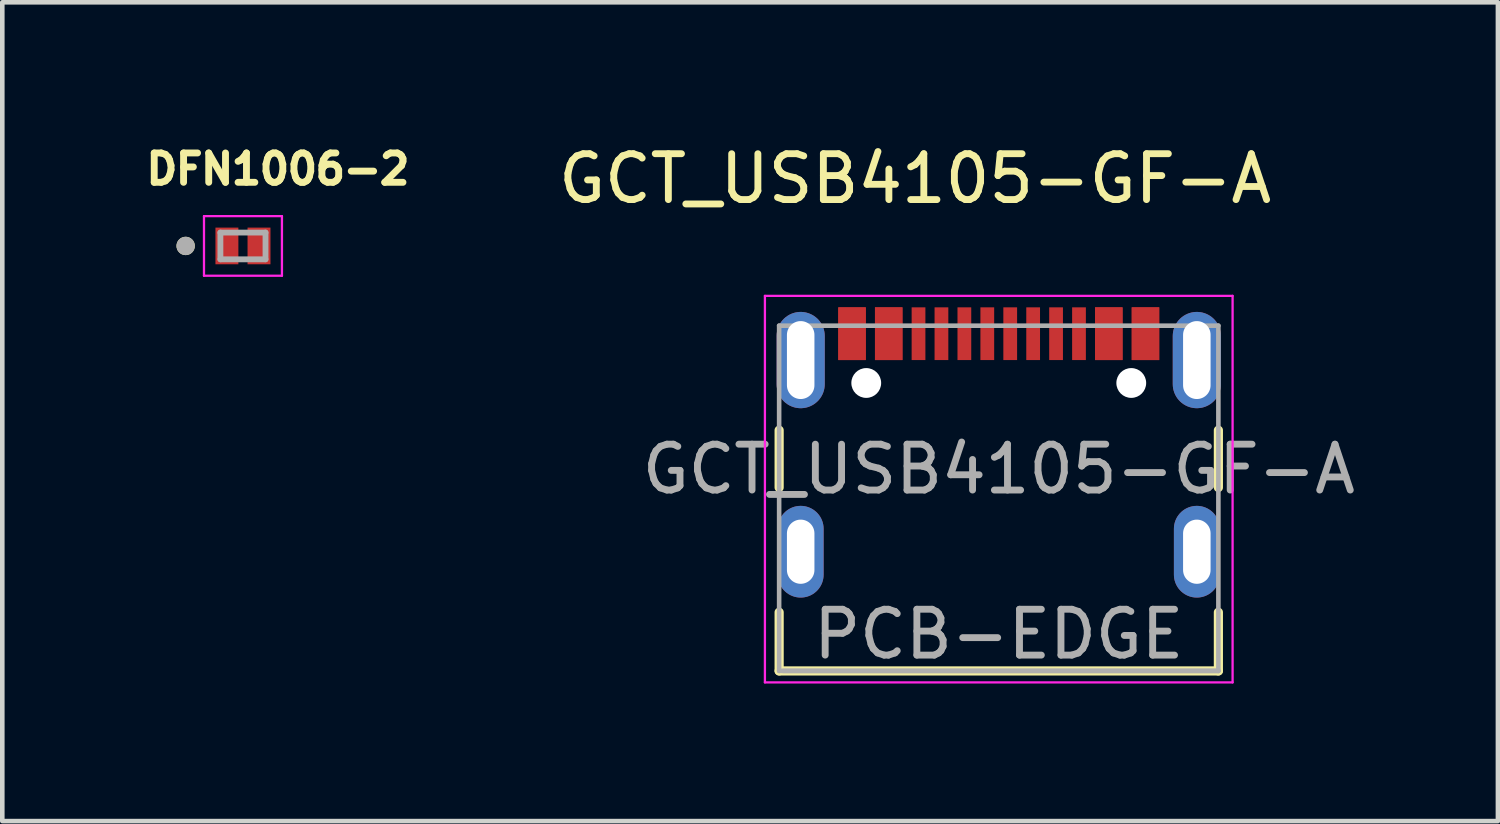
<source format=kicad_pcb>
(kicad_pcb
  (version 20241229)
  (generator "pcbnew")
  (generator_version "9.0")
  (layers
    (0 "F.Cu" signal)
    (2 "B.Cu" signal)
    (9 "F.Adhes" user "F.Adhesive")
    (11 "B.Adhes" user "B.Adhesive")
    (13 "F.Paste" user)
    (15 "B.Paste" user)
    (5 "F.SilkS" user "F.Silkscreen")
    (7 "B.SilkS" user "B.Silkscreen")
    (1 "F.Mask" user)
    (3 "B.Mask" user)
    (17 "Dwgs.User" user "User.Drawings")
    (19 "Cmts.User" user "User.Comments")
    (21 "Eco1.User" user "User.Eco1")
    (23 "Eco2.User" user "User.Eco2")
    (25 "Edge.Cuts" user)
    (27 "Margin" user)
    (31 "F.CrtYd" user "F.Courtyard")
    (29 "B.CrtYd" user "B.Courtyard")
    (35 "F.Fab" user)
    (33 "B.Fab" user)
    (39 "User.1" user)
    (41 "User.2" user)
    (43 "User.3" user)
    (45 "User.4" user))
  (footprint "GCT_USB4105-GF-A"
    (layer "F.Cu")
    (at 18.733 8.983)
    (property "Reference" "GCT_USB4105-GF-A" (at -1.825 -8.135 0) (layer "F.SilkS") (effects (font (size 1 1) (thickness 0.15))))
    (attr smd)
    (fp_line (start -4.79 -2.65) (end -4.79 -1.4) (stroke (width 0.2) (type solid)) (layer "F.SilkS"))
    (fp_line (start -4.79 1.32) (end -4.79 2.6) (stroke (width 0.2) (type solid)) (layer "F.SilkS"))
    (fp_line (start -4.79 2.6) (end 4.79 2.6) (stroke (width 0.2) (type solid)) (layer "F.SilkS"))
    (fp_line (start 4.79 -2.65) (end 4.79 -1.4) (stroke (width 0.2) (type solid)) (layer "F.SilkS"))
    (fp_line (start 4.79 2.6) (end 4.79 1.32) (stroke (width 0.2) (type solid)) (layer "F.SilkS"))
    (fp_line (start -5.1 -5.58) (end -5.1 2.85) (stroke (width 0.05) (type solid)) (layer "F.CrtYd"))
    (fp_line (start -5.1 2.85) (end 5.1 2.85) (stroke (width 0.05) (type solid)) (layer "F.CrtYd"))
    (fp_line (start 5.1 -5.58) (end -5.1 -5.58) (stroke (width 0.05) (type solid)) (layer "F.CrtYd"))
    (fp_line (start 5.1 2.85) (end 5.1 -5.58) (stroke (width 0.05) (type solid)) (layer "F.CrtYd"))
    (fp_line (start -4.79 -4.93) (end 4.79 -4.93) (stroke (width 0.1) (type solid)) (layer "F.Fab"))
    (fp_line (start -4.79 2.6) (end -4.79 -4.93) (stroke (width 0.1) (type solid)) (layer "F.Fab"))
    (fp_line (start -4.7 2.6) (end 4.79 2.6) (stroke (width 0.1) (type solid)) (layer "F.Fab"))
    (fp_line (start 4.79 -4.93) (end 4.79 2.6) (stroke (width 0.1) (type solid)) (layer "F.Fab"))
    (fp_line (start 4.79 2.6) (end -4.79 2.6) (stroke (width 0.1) (type solid)) (layer "F.Fab"))
    (fp_text user "PCB-EDGE" (at 0 1.8 0) (layer "F.Fab") (effects (font (size 1 1) (thickness 0.15))))
    (fp_text user "${REFERENCE}" (at 0 -1.8 0) (layer "F.Fab") (effects (font (size 1 1) (thickness 0.15))))
    (pad "" np_thru_hole circle (at -2.89 -3.68) (size 0.65 0.65) (drill 0.65) (layers "*.Cu" "*.Mask"))
    (pad "" np_thru_hole circle (at 2.89 -3.68) (size 0.65 0.65) (drill 0.65) (layers "*.Cu" "*.Mask"))
    (pad "A1" smd rect (at -3.2 -4.755) (size 0.6 1.15) (layers "F.Cu" "F.Mask" "F.Paste"))
    (pad "A4" smd rect (at -2.4 -4.755) (size 0.6 1.15) (layers "F.Cu" "F.Mask" "F.Paste"))
    (pad "A5" smd rect (at -1.25 -4.755) (size 0.3 1.15) (layers "F.Cu" "F.Mask" "F.Paste"))
    (pad "A6" smd rect (at -0.25 -4.755) (size 0.3 1.15) (layers "F.Cu" "F.Mask" "F.Paste"))
    (pad "A7" smd rect (at 0.25 -4.755) (size 0.3 1.15) (layers "F.Cu" "F.Mask" "F.Paste"))
    (pad "A8" smd rect (at 1.25 -4.755) (size 0.3 1.15) (layers "F.Cu" "F.Mask" "F.Paste"))
    (pad "A9" smd rect (at 2.4 -4.755) (size 0.6 1.15) (layers "F.Cu" "F.Mask" "F.Paste"))
    (pad "A12" smd rect (at 3.2 -4.755) (size 0.6 1.15) (layers "F.Cu" "F.Mask" "F.Paste"))
    (pad "B1" smd rect (at 3.2 -4.755) (size 0.6 1.15) (layers "F.Cu" "F.Mask" "F.Paste"))
    (pad "B4" smd rect (at 2.4 -4.755) (size 0.6 1.15) (layers "F.Cu" "F.Mask" "F.Paste"))
    (pad "B5" smd rect (at 1.75 -4.755) (size 0.3 1.15) (layers "F.Cu" "F.Mask" "F.Paste"))
    (pad "B6" smd rect (at 0.75 -4.755) (size 0.3 1.15) (layers "F.Cu" "F.Mask" "F.Paste"))
    (pad "B7" smd rect (at -0.75 -4.755) (size 0.3 1.15) (layers "F.Cu" "F.Mask" "F.Paste"))
    (pad "B8" smd rect (at -1.75 -4.755) (size 0.3 1.15) (layers "F.Cu" "F.Mask" "F.Paste"))
    (pad "B9" smd rect (at -2.4 -4.755) (size 0.6 1.15) (layers "F.Cu" "F.Mask" "F.Paste"))
    (pad "B12" smd rect (at -3.2 -4.755) (size 0.6 1.15) (layers "F.Cu" "F.Mask" "F.Paste"))
    (pad "S1" thru_hole oval (at -4.32 -4.18) (size 1.05 2.1) (drill oval 0.6 1.7) (layers "*.Cu" "*.Mask"))
    (pad "S1" thru_hole oval (at -4.32 0) (size 1 2) (drill oval 0.6 1.4) (layers "*.Cu" "*.Mask"))
    (pad "S1" thru_hole oval (at 4.32 -4.18) (size 1.05 2.1) (drill oval 0.6 1.7) (layers "*.Cu" "*.Mask"))
    (pad "S1" thru_hole oval (at 4.32 0) (size 1 2) (drill oval 0.6 1.4) (layers "*.Cu" "*.Mask")))
  (footprint "DFN1006-2"
    (layer "F.Cu")
    (at 2.249 2.314)
    (property "Reference" "DFN1006-2" (at 0.762 -1.676 0) (layer "F.SilkS") (effects (font (size 0.64 0.64) (thickness 0.15))))
    (attr smd)
    (fp_poly (pts (xy -0.15 -0.3) (xy -0.15 0.3) (xy -0.15 0.303) (xy -0.15 0.305) (xy -0.151 0.308) (xy -0.151 0.31) (xy -0.152 0.313) (xy -0.152 0.315) (xy -0.153 0.318) (xy -0.154 0.32) (xy -0.155 0.323) (xy -0.157 0.325) (xy -0.158 0.327) (xy -0.16 0.329) (xy -0.161 0.331) (xy -0.163 0.333) (xy -0.165 0.335) (xy -0.167 0.337) (xy -0.169 0.339) (xy -0.171 0.34) (xy -0.173 0.342) (xy -0.175 0.343) (xy -0.177 0.345) (xy -0.18 0.346) (xy -0.182 0.347) (xy -0.185 0.348) (xy -0.187 0.348) (xy -0.19 0.349) (xy -0.192 0.349) (xy -0.195 0.35) (xy -0.197 0.35) (xy -0.2 0.35) (xy -0.5 0.35) (xy -0.503 0.35) (xy -0.505 0.35) (xy -0.508 0.349) (xy -0.51 0.349) (xy -0.513 0.348) (xy -0.515 0.348) (xy -0.518 0.347) (xy -0.52 0.346) (xy -0.523 0.345) (xy -0.525 0.343) (xy -0.527 0.342) (xy -0.529 0.34) (xy -0.531 0.339) (xy -0.533 0.337) (xy -0.535 0.335) (xy -0.537 0.333) (xy -0.539 0.331) (xy -0.54 0.329) (xy -0.542 0.327) (xy -0.543 0.325) (xy -0.545 0.323) (xy -0.546 0.32) (xy -0.547 0.318) (xy -0.548 0.315) (xy -0.548 0.313) (xy -0.549 0.31) (xy -0.549 0.308) (xy -0.55 0.305) (xy -0.55 0.303) (xy -0.55 0.3) (xy -0.55 -0.3) (xy -0.55 -0.303) (xy -0.55 -0.305) (xy -0.549 -0.308) (xy -0.549 -0.31) (xy -0.548 -0.313) (xy -0.548 -0.315) (xy -0.547 -0.318) (xy -0.546 -0.32) (xy -0.545 -0.323) (xy -0.543 -0.325) (xy -0.542 -0.327) (xy -0.54 -0.329) (xy -0.539 -0.331) (xy -0.537 -0.333) (xy -0.535 -0.335) (xy -0.533 -0.337) (xy -0.531 -0.339) (xy -0.529 -0.34) (xy -0.527 -0.342) (xy -0.525 -0.343) (xy -0.523 -0.345) (xy -0.52 -0.346) (xy -0.518 -0.347) (xy -0.515 -0.348) (xy -0.513 -0.348) (xy -0.51 -0.349) (xy -0.508 -0.349) (xy -0.505 -0.35) (xy -0.503 -0.35) (xy -0.5 -0.35) (xy -0.2 -0.35) (xy -0.197 -0.35) (xy -0.195 -0.35) (xy -0.192 -0.349) (xy -0.19 -0.349) (xy -0.187 -0.348) (xy -0.185 -0.348) (xy -0.182 -0.347) (xy -0.18 -0.346) (xy -0.177 -0.345) (xy -0.175 -0.343) (xy -0.173 -0.342) (xy -0.171 -0.34) (xy -0.169 -0.339) (xy -0.167 -0.337) (xy -0.165 -0.335) (xy -0.163 -0.333) (xy -0.161 -0.331) (xy -0.16 -0.329) (xy -0.158 -0.327) (xy -0.157 -0.325) (xy -0.155 -0.323) (xy -0.154 -0.32) (xy -0.153 -0.318) (xy -0.152 -0.315) (xy -0.152 -0.313) (xy -0.151 -0.31) (xy -0.151 -0.308) (xy -0.15 -0.305) (xy -0.15 -0.303) (xy -0.15 -0.3)) (stroke (width 0.01) (type solid)) (fill yes) (layer "F.Mask"))
    (fp_poly (pts (xy 0.55 -0.3) (xy 0.55 0.3) (xy 0.55 0.303) (xy 0.55 0.305) (xy 0.549 0.308) (xy 0.549 0.31) (xy 0.548 0.313) (xy 0.548 0.315) (xy 0.547 0.318) (xy 0.546 0.32) (xy 0.545 0.323) (xy 0.543 0.325) (xy 0.542 0.327) (xy 0.54 0.329) (xy 0.539 0.331) (xy 0.537 0.333) (xy 0.535 0.335) (xy 0.533 0.337) (xy 0.531 0.339) (xy 0.529 0.34) (xy 0.527 0.342) (xy 0.525 0.343) (xy 0.523 0.345) (xy 0.52 0.346) (xy 0.518 0.347) (xy 0.515 0.348) (xy 0.513 0.348) (xy 0.51 0.349) (xy 0.508 0.349) (xy 0.505 0.35) (xy 0.503 0.35) (xy 0.5 0.35) (xy 0.2 0.35) (xy 0.197 0.35) (xy 0.195 0.35) (xy 0.192 0.349) (xy 0.19 0.349) (xy 0.187 0.348) (xy 0.185 0.348) (xy 0.182 0.347) (xy 0.18 0.346) (xy 0.177 0.345) (xy 0.175 0.343) (xy 0.173 0.342) (xy 0.171 0.34) (xy 0.169 0.339) (xy 0.167 0.337) (xy 0.165 0.335) (xy 0.163 0.333) (xy 0.161 0.331) (xy 0.16 0.329) (xy 0.158 0.327) (xy 0.157 0.325) (xy 0.155 0.323) (xy 0.154 0.32) (xy 0.153 0.318) (xy 0.152 0.315) (xy 0.152 0.313) (xy 0.151 0.31) (xy 0.151 0.308) (xy 0.15 0.305) (xy 0.15 0.303) (xy 0.15 0.3) (xy 0.15 -0.3) (xy 0.15 -0.303) (xy 0.15 -0.305) (xy 0.151 -0.308) (xy 0.151 -0.31) (xy 0.152 -0.313) (xy 0.152 -0.315) (xy 0.153 -0.318) (xy 0.154 -0.32) (xy 0.155 -0.323) (xy 0.157 -0.325) (xy 0.158 -0.327) (xy 0.16 -0.329) (xy 0.161 -0.331) (xy 0.163 -0.333) (xy 0.165 -0.335) (xy 0.167 -0.337) (xy 0.169 -0.339) (xy 0.171 -0.34) (xy 0.173 -0.342) (xy 0.175 -0.343) (xy 0.177 -0.345) (xy 0.18 -0.346) (xy 0.182 -0.347) (xy 0.185 -0.348) (xy 0.187 -0.348) (xy 0.19 -0.349) (xy 0.192 -0.349) (xy 0.195 -0.35) (xy 0.197 -0.35) (xy 0.2 -0.35) (xy 0.5 -0.35) (xy 0.503 -0.35) (xy 0.505 -0.35) (xy 0.508 -0.349) (xy 0.51 -0.349) (xy 0.513 -0.348) (xy 0.515 -0.348) (xy 0.518 -0.347) (xy 0.52 -0.346) (xy 0.523 -0.345) (xy 0.525 -0.343) (xy 0.527 -0.342) (xy 0.529 -0.34) (xy 0.531 -0.339) (xy 0.533 -0.337) (xy 0.535 -0.335) (xy 0.537 -0.333) (xy 0.539 -0.331) (xy 0.54 -0.329) (xy 0.542 -0.327) (xy 0.543 -0.325) (xy 0.545 -0.323) (xy 0.546 -0.32) (xy 0.547 -0.318) (xy 0.548 -0.315) (xy 0.548 -0.313) (xy 0.549 -0.31) (xy 0.549 -0.308) (xy 0.55 -0.305) (xy 0.55 -0.303) (xy 0.55 -0.3)) (stroke (width 0.01) (type solid)) (fill yes) (layer "F.Mask"))
    (fp_circle (center -1.25 0) (end -1.15 0) (stroke (width 0.2) (type solid)) (fill no) (layer "F.SilkS"))
    (fp_poly (pts (xy -0.5 -0.3) (xy -0.2 -0.3) (xy -0.2 0.3) (xy -0.5 0.3)) (stroke (width 0.01) (type solid)) (fill yes) (layer "F.Paste"))
    (fp_poly (pts (xy 0.2 -0.3) (xy 0.5 -0.3) (xy 0.5 0.3) (xy 0.2 0.3)) (stroke (width 0.01) (type solid)) (fill yes) (layer "F.Paste"))
    (fp_line (start -0.85 -0.65) (end 0.85 -0.65) (stroke (width 0.05) (type solid)) (layer "F.CrtYd"))
    (fp_line (start -0.85 0.65) (end -0.85 -0.65) (stroke (width 0.05) (type solid)) (layer "F.CrtYd"))
    (fp_line (start 0.85 -0.65) (end 0.85 0.65) (stroke (width 0.05) (type solid)) (layer "F.CrtYd"))
    (fp_line (start 0.85 0.65) (end -0.85 0.65) (stroke (width 0.05) (type solid)) (layer "F.CrtYd"))
    (fp_line (start -0.492 -0.292) (end 0.492 -0.292) (stroke (width 0.127) (type solid)) (layer "F.Fab"))
    (fp_line (start -0.492 0.292) (end -0.492 -0.292) (stroke (width 0.127) (type solid)) (layer "F.Fab"))
    (fp_line (start 0.492 -0.292) (end 0.492 0.292) (stroke (width 0.127) (type solid)) (layer "F.Fab"))
    (fp_line (start 0.492 0.292) (end -0.492 0.292) (stroke (width 0.127) (type solid)) (layer "F.Fab"))
    (fp_circle (center -1.25 0) (end -1.15 0) (stroke (width 0.2) (type solid)) (fill no) (layer "F.Fab"))
    (pad "A" smd rect (at 0.35 0) (size 0.5 0.8) (layers "F.Cu"))
    (pad "K" smd rect (at -0.35 0) (size 0.5 0.8) (layers "F.Cu")))
  (gr_rect
    (start -3 -3)
    (end 29.62 14.858)
    (stroke (width 0.1) (type default))
    (fill no)
    (layer "Edge.Cuts")))
</source>
